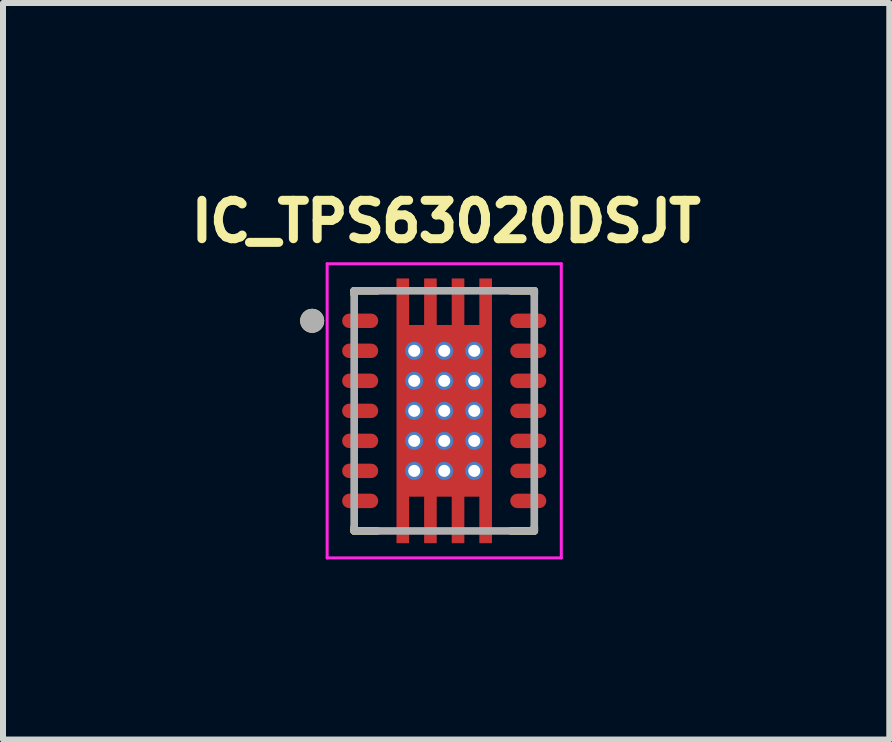
<source format=kicad_pcb>
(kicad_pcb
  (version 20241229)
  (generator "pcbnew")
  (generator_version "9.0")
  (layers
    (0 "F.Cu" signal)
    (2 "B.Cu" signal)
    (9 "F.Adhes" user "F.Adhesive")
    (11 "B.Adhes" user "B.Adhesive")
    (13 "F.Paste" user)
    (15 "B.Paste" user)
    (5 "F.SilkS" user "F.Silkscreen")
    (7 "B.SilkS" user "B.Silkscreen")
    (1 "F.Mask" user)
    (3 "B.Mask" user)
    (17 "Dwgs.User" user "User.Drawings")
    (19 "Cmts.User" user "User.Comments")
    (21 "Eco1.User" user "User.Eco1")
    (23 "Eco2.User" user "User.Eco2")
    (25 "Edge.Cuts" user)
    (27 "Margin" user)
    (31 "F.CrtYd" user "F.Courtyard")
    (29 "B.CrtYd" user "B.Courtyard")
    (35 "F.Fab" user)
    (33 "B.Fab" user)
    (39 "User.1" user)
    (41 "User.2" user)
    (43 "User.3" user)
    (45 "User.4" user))
  (footprint "IC_TPS63020DSJT"
    (layer "F.Cu")
    (at 4.35 3.794)
    (property "Reference" "IC_TPS63020DSJT" (at 0.032 -3.156 0) (layer "F.SilkS") (effects (font (size 0.64 0.64) (thickness 0.15))))
    (attr through_hole)
    (fp_poly (pts (xy -0.86 -2.27) (xy -0.52 -2.27) (xy -0.52 -1.495) (xy -0.4 -1.495) (xy -0.4 -2.27) (xy -0.06 -2.27) (xy -0.06 -1.495) (xy 0.06 -1.495) (xy 0.06 -2.27) (xy 0.4 -2.27) (xy 0.4 -1.495) (xy 0.52 -1.495) (xy 0.52 -2.27) (xy 0.86 -2.27) (xy 0.86 2.27) (xy 0.52 2.27) (xy 0.52 1.495) (xy 0.4 1.495) (xy 0.4 2.27) (xy 0.06 2.27) (xy 0.06 1.495) (xy -0.06 1.495) (xy -0.06 2.27) (xy -0.4 2.27) (xy -0.4 1.495) (xy -0.52 1.495) (xy -0.52 2.27) (xy -0.86 2.27)) (stroke (width 0.01) (type solid)) (fill yes) (layer "F.Mask"))
    (fp_poly (pts (xy -1.22 -1.69) (xy -1.21 -1.69) (xy -1.2 -1.689) (xy -1.19 -1.688) (xy -1.18 -1.686) (xy -1.171 -1.684) (xy -1.161 -1.681) (xy -1.152 -1.677) (xy -1.143 -1.674) (xy -1.134 -1.669) (xy -1.125 -1.665) (xy -1.117 -1.659) (xy -1.108 -1.654) (xy -1.1 -1.648) (xy -1.093 -1.641) (xy -1.086 -1.634) (xy -1.079 -1.627) (xy -1.072 -1.62) (xy -1.066 -1.612) (xy -1.061 -1.603) (xy -1.055 -1.595) (xy -1.051 -1.586) (xy -1.046 -1.577) (xy -1.043 -1.568) (xy -1.039 -1.559) (xy -1.036 -1.549) (xy -1.034 -1.54) (xy -1.032 -1.53) (xy -1.031 -1.52) (xy -1.03 -1.51) (xy -1.03 -1.5) (xy -1.03 -1.49) (xy -1.031 -1.48) (xy -1.032 -1.47) (xy -1.034 -1.46) (xy -1.036 -1.451) (xy -1.039 -1.441) (xy -1.043 -1.432) (xy -1.046 -1.423) (xy -1.051 -1.414) (xy -1.055 -1.405) (xy -1.061 -1.397) (xy -1.066 -1.388) (xy -1.072 -1.38) (xy -1.079 -1.373) (xy -1.086 -1.366) (xy -1.093 -1.359) (xy -1.1 -1.352) (xy -1.108 -1.346) (xy -1.117 -1.341) (xy -1.125 -1.335) (xy -1.134 -1.331) (xy -1.143 -1.326) (xy -1.152 -1.323) (xy -1.161 -1.319) (xy -1.171 -1.316) (xy -1.18 -1.314) (xy -1.19 -1.312) (xy -1.2 -1.311) (xy -1.21 -1.31) (xy -1.22 -1.31) (xy -1.58 -1.31) (xy -1.59 -1.31) (xy -1.6 -1.311) (xy -1.61 -1.312) (xy -1.62 -1.314) (xy -1.629 -1.316) (xy -1.639 -1.319) (xy -1.648 -1.323) (xy -1.657 -1.326) (xy -1.666 -1.331) (xy -1.675 -1.335) (xy -1.683 -1.341) (xy -1.692 -1.346) (xy -1.7 -1.352) (xy -1.707 -1.359) (xy -1.714 -1.366) (xy -1.721 -1.373) (xy -1.728 -1.38) (xy -1.734 -1.388) (xy -1.739 -1.397) (xy -1.745 -1.405) (xy -1.749 -1.414) (xy -1.754 -1.423) (xy -1.757 -1.432) (xy -1.761 -1.441) (xy -1.764 -1.451) (xy -1.766 -1.46) (xy -1.768 -1.47) (xy -1.769 -1.48) (xy -1.77 -1.49) (xy -1.77 -1.5) (xy -1.77 -1.51) (xy -1.769 -1.52) (xy -1.768 -1.53) (xy -1.766 -1.54) (xy -1.764 -1.549) (xy -1.761 -1.559) (xy -1.757 -1.568) (xy -1.754 -1.577) (xy -1.749 -1.586) (xy -1.745 -1.595) (xy -1.739 -1.603) (xy -1.734 -1.612) (xy -1.728 -1.62) (xy -1.721 -1.627) (xy -1.714 -1.634) (xy -1.707 -1.641) (xy -1.7 -1.648) (xy -1.692 -1.654) (xy -1.683 -1.659) (xy -1.675 -1.665) (xy -1.666 -1.669) (xy -1.657 -1.674) (xy -1.648 -1.677) (xy -1.639 -1.681) (xy -1.629 -1.684) (xy -1.62 -1.686) (xy -1.61 -1.688) (xy -1.6 -1.689) (xy -1.59 -1.69) (xy -1.58 -1.69) (xy -1.22 -1.69)) (stroke (width 0.01) (type solid)) (fill yes) (layer "F.Mask"))
    (fp_poly (pts (xy -1.22 -1.19) (xy -1.21 -1.19) (xy -1.2 -1.189) (xy -1.19 -1.188) (xy -1.18 -1.186) (xy -1.171 -1.184) (xy -1.161 -1.181) (xy -1.152 -1.177) (xy -1.143 -1.174) (xy -1.134 -1.169) (xy -1.125 -1.165) (xy -1.117 -1.159) (xy -1.108 -1.154) (xy -1.1 -1.148) (xy -1.093 -1.141) (xy -1.086 -1.134) (xy -1.079 -1.127) (xy -1.072 -1.12) (xy -1.066 -1.112) (xy -1.061 -1.103) (xy -1.055 -1.095) (xy -1.051 -1.086) (xy -1.046 -1.077) (xy -1.043 -1.068) (xy -1.039 -1.059) (xy -1.036 -1.049) (xy -1.034 -1.04) (xy -1.032 -1.03) (xy -1.031 -1.02) (xy -1.03 -1.01) (xy -1.03 -1) (xy -1.03 -0.99) (xy -1.031 -0.98) (xy -1.032 -0.97) (xy -1.034 -0.96) (xy -1.036 -0.951) (xy -1.039 -0.941) (xy -1.043 -0.932) (xy -1.046 -0.923) (xy -1.051 -0.914) (xy -1.055 -0.905) (xy -1.061 -0.897) (xy -1.066 -0.888) (xy -1.072 -0.88) (xy -1.079 -0.873) (xy -1.086 -0.866) (xy -1.093 -0.859) (xy -1.1 -0.852) (xy -1.108 -0.846) (xy -1.117 -0.841) (xy -1.125 -0.835) (xy -1.134 -0.831) (xy -1.143 -0.826) (xy -1.152 -0.823) (xy -1.161 -0.819) (xy -1.171 -0.816) (xy -1.18 -0.814) (xy -1.19 -0.812) (xy -1.2 -0.811) (xy -1.21 -0.81) (xy -1.22 -0.81) (xy -1.58 -0.81) (xy -1.59 -0.81) (xy -1.6 -0.811) (xy -1.61 -0.812) (xy -1.62 -0.814) (xy -1.629 -0.816) (xy -1.639 -0.819) (xy -1.648 -0.823) (xy -1.657 -0.826) (xy -1.666 -0.831) (xy -1.675 -0.835) (xy -1.683 -0.841) (xy -1.692 -0.846) (xy -1.7 -0.852) (xy -1.707 -0.859) (xy -1.714 -0.866) (xy -1.721 -0.873) (xy -1.728 -0.88) (xy -1.734 -0.888) (xy -1.739 -0.897) (xy -1.745 -0.905) (xy -1.749 -0.914) (xy -1.754 -0.923) (xy -1.757 -0.932) (xy -1.761 -0.941) (xy -1.764 -0.951) (xy -1.766 -0.96) (xy -1.768 -0.97) (xy -1.769 -0.98) (xy -1.77 -0.99) (xy -1.77 -1) (xy -1.77 -1.01) (xy -1.769 -1.02) (xy -1.768 -1.03) (xy -1.766 -1.04) (xy -1.764 -1.049) (xy -1.761 -1.059) (xy -1.757 -1.068) (xy -1.754 -1.077) (xy -1.749 -1.086) (xy -1.745 -1.095) (xy -1.739 -1.103) (xy -1.734 -1.112) (xy -1.728 -1.12) (xy -1.721 -1.127) (xy -1.714 -1.134) (xy -1.707 -1.141) (xy -1.7 -1.148) (xy -1.692 -1.154) (xy -1.683 -1.159) (xy -1.675 -1.165) (xy -1.666 -1.169) (xy -1.657 -1.174) (xy -1.648 -1.177) (xy -1.639 -1.181) (xy -1.629 -1.184) (xy -1.62 -1.186) (xy -1.61 -1.188) (xy -1.6 -1.189) (xy -1.59 -1.19) (xy -1.58 -1.19) (xy -1.22 -1.19)) (stroke (width 0.01) (type solid)) (fill yes) (layer "F.Mask"))
    (fp_poly (pts (xy -1.22 -0.69) (xy -1.21 -0.69) (xy -1.2 -0.689) (xy -1.19 -0.688) (xy -1.18 -0.686) (xy -1.171 -0.684) (xy -1.161 -0.681) (xy -1.152 -0.677) (xy -1.143 -0.674) (xy -1.134 -0.669) (xy -1.125 -0.665) (xy -1.117 -0.659) (xy -1.108 -0.654) (xy -1.1 -0.648) (xy -1.093 -0.641) (xy -1.086 -0.634) (xy -1.079 -0.627) (xy -1.072 -0.62) (xy -1.066 -0.612) (xy -1.061 -0.603) (xy -1.055 -0.595) (xy -1.051 -0.586) (xy -1.046 -0.577) (xy -1.043 -0.568) (xy -1.039 -0.559) (xy -1.036 -0.549) (xy -1.034 -0.54) (xy -1.032 -0.53) (xy -1.031 -0.52) (xy -1.03 -0.51) (xy -1.03 -0.5) (xy -1.03 -0.49) (xy -1.031 -0.48) (xy -1.032 -0.47) (xy -1.034 -0.46) (xy -1.036 -0.451) (xy -1.039 -0.441) (xy -1.043 -0.432) (xy -1.046 -0.423) (xy -1.051 -0.414) (xy -1.055 -0.405) (xy -1.061 -0.397) (xy -1.066 -0.388) (xy -1.072 -0.38) (xy -1.079 -0.373) (xy -1.086 -0.366) (xy -1.093 -0.359) (xy -1.1 -0.352) (xy -1.108 -0.346) (xy -1.117 -0.341) (xy -1.125 -0.335) (xy -1.134 -0.331) (xy -1.143 -0.326) (xy -1.152 -0.323) (xy -1.161 -0.319) (xy -1.171 -0.316) (xy -1.18 -0.314) (xy -1.19 -0.312) (xy -1.2 -0.311) (xy -1.21 -0.31) (xy -1.22 -0.31) (xy -1.58 -0.31) (xy -1.59 -0.31) (xy -1.6 -0.311) (xy -1.61 -0.312) (xy -1.62 -0.314) (xy -1.629 -0.316) (xy -1.639 -0.319) (xy -1.648 -0.323) (xy -1.657 -0.326) (xy -1.666 -0.331) (xy -1.675 -0.335) (xy -1.683 -0.341) (xy -1.692 -0.346) (xy -1.7 -0.352) (xy -1.707 -0.359) (xy -1.714 -0.366) (xy -1.721 -0.373) (xy -1.728 -0.38) (xy -1.734 -0.388) (xy -1.739 -0.397) (xy -1.745 -0.405) (xy -1.749 -0.414) (xy -1.754 -0.423) (xy -1.757 -0.432) (xy -1.761 -0.441) (xy -1.764 -0.451) (xy -1.766 -0.46) (xy -1.768 -0.47) (xy -1.769 -0.48) (xy -1.77 -0.49) (xy -1.77 -0.5) (xy -1.77 -0.51) (xy -1.769 -0.52) (xy -1.768 -0.53) (xy -1.766 -0.54) (xy -1.764 -0.549) (xy -1.761 -0.559) (xy -1.757 -0.568) (xy -1.754 -0.577) (xy -1.749 -0.586) (xy -1.745 -0.595) (xy -1.739 -0.603) (xy -1.734 -0.612) (xy -1.728 -0.62) (xy -1.721 -0.627) (xy -1.714 -0.634) (xy -1.707 -0.641) (xy -1.7 -0.648) (xy -1.692 -0.654) (xy -1.683 -0.659) (xy -1.675 -0.665) (xy -1.666 -0.669) (xy -1.657 -0.674) (xy -1.648 -0.677) (xy -1.639 -0.681) (xy -1.629 -0.684) (xy -1.62 -0.686) (xy -1.61 -0.688) (xy -1.6 -0.689) (xy -1.59 -0.69) (xy -1.58 -0.69) (xy -1.22 -0.69)) (stroke (width 0.01) (type solid)) (fill yes) (layer "F.Mask"))
    (fp_poly (pts (xy -1.22 -0.19) (xy -1.21 -0.19) (xy -1.2 -0.189) (xy -1.19 -0.188) (xy -1.18 -0.186) (xy -1.171 -0.184) (xy -1.161 -0.181) (xy -1.152 -0.177) (xy -1.143 -0.174) (xy -1.134 -0.169) (xy -1.125 -0.165) (xy -1.117 -0.159) (xy -1.108 -0.154) (xy -1.1 -0.148) (xy -1.093 -0.141) (xy -1.086 -0.134) (xy -1.079 -0.127) (xy -1.072 -0.12) (xy -1.066 -0.112) (xy -1.061 -0.103) (xy -1.055 -0.095) (xy -1.051 -0.086) (xy -1.046 -0.077) (xy -1.043 -0.068) (xy -1.039 -0.059) (xy -1.036 -0.049) (xy -1.034 -0.04) (xy -1.032 -0.03) (xy -1.031 -0.02) (xy -1.03 -0.01) (xy -1.03 0) (xy -1.03 0.01) (xy -1.031 0.02) (xy -1.032 0.03) (xy -1.034 0.04) (xy -1.036 0.049) (xy -1.039 0.059) (xy -1.043 0.068) (xy -1.046 0.077) (xy -1.051 0.086) (xy -1.055 0.095) (xy -1.061 0.103) (xy -1.066 0.112) (xy -1.072 0.12) (xy -1.079 0.127) (xy -1.086 0.134) (xy -1.093 0.141) (xy -1.1 0.148) (xy -1.108 0.154) (xy -1.117 0.159) (xy -1.125 0.165) (xy -1.134 0.169) (xy -1.143 0.174) (xy -1.152 0.177) (xy -1.161 0.181) (xy -1.171 0.184) (xy -1.18 0.186) (xy -1.19 0.188) (xy -1.2 0.189) (xy -1.21 0.19) (xy -1.22 0.19) (xy -1.58 0.19) (xy -1.59 0.19) (xy -1.6 0.189) (xy -1.61 0.188) (xy -1.62 0.186) (xy -1.629 0.184) (xy -1.639 0.181) (xy -1.648 0.177) (xy -1.657 0.174) (xy -1.666 0.169) (xy -1.675 0.165) (xy -1.683 0.159) (xy -1.692 0.154) (xy -1.7 0.148) (xy -1.707 0.141) (xy -1.714 0.134) (xy -1.721 0.127) (xy -1.728 0.12) (xy -1.734 0.112) (xy -1.739 0.103) (xy -1.745 0.095) (xy -1.749 0.086) (xy -1.754 0.077) (xy -1.757 0.068) (xy -1.761 0.059) (xy -1.764 0.049) (xy -1.766 0.04) (xy -1.768 0.03) (xy -1.769 0.02) (xy -1.77 0.01) (xy -1.77 0) (xy -1.77 -0.01) (xy -1.769 -0.02) (xy -1.768 -0.03) (xy -1.766 -0.04) (xy -1.764 -0.049) (xy -1.761 -0.059) (xy -1.757 -0.068) (xy -1.754 -0.077) (xy -1.749 -0.086) (xy -1.745 -0.095) (xy -1.739 -0.103) (xy -1.734 -0.112) (xy -1.728 -0.12) (xy -1.721 -0.127) (xy -1.714 -0.134) (xy -1.707 -0.141) (xy -1.7 -0.148) (xy -1.692 -0.154) (xy -1.683 -0.159) (xy -1.675 -0.165) (xy -1.666 -0.169) (xy -1.657 -0.174) (xy -1.648 -0.177) (xy -1.639 -0.181) (xy -1.629 -0.184) (xy -1.62 -0.186) (xy -1.61 -0.188) (xy -1.6 -0.189) (xy -1.59 -0.19) (xy -1.58 -0.19) (xy -1.22 -0.19)) (stroke (width 0.01) (type solid)) (fill yes) (layer "F.Mask"))
    (fp_poly (pts (xy -1.22 0.31) (xy -1.21 0.31) (xy -1.2 0.311) (xy -1.19 0.312) (xy -1.18 0.314) (xy -1.171 0.316) (xy -1.161 0.319) (xy -1.152 0.323) (xy -1.143 0.326) (xy -1.134 0.331) (xy -1.125 0.335) (xy -1.117 0.341) (xy -1.108 0.346) (xy -1.1 0.352) (xy -1.093 0.359) (xy -1.086 0.366) (xy -1.079 0.373) (xy -1.072 0.38) (xy -1.066 0.388) (xy -1.061 0.397) (xy -1.055 0.405) (xy -1.051 0.414) (xy -1.046 0.423) (xy -1.043 0.432) (xy -1.039 0.441) (xy -1.036 0.451) (xy -1.034 0.46) (xy -1.032 0.47) (xy -1.031 0.48) (xy -1.03 0.49) (xy -1.03 0.5) (xy -1.03 0.51) (xy -1.031 0.52) (xy -1.032 0.53) (xy -1.034 0.54) (xy -1.036 0.549) (xy -1.039 0.559) (xy -1.043 0.568) (xy -1.046 0.577) (xy -1.051 0.586) (xy -1.055 0.595) (xy -1.061 0.603) (xy -1.066 0.612) (xy -1.072 0.62) (xy -1.079 0.627) (xy -1.086 0.634) (xy -1.093 0.641) (xy -1.1 0.648) (xy -1.108 0.654) (xy -1.117 0.659) (xy -1.125 0.665) (xy -1.134 0.669) (xy -1.143 0.674) (xy -1.152 0.677) (xy -1.161 0.681) (xy -1.171 0.684) (xy -1.18 0.686) (xy -1.19 0.688) (xy -1.2 0.689) (xy -1.21 0.69) (xy -1.22 0.69) (xy -1.58 0.69) (xy -1.59 0.69) (xy -1.6 0.689) (xy -1.61 0.688) (xy -1.62 0.686) (xy -1.629 0.684) (xy -1.639 0.681) (xy -1.648 0.677) (xy -1.657 0.674) (xy -1.666 0.669) (xy -1.675 0.665) (xy -1.683 0.659) (xy -1.692 0.654) (xy -1.7 0.648) (xy -1.707 0.641) (xy -1.714 0.634) (xy -1.721 0.627) (xy -1.728 0.62) (xy -1.734 0.612) (xy -1.739 0.603) (xy -1.745 0.595) (xy -1.749 0.586) (xy -1.754 0.577) (xy -1.757 0.568) (xy -1.761 0.559) (xy -1.764 0.549) (xy -1.766 0.54) (xy -1.768 0.53) (xy -1.769 0.52) (xy -1.77 0.51) (xy -1.77 0.5) (xy -1.77 0.49) (xy -1.769 0.48) (xy -1.768 0.47) (xy -1.766 0.46) (xy -1.764 0.451) (xy -1.761 0.441) (xy -1.757 0.432) (xy -1.754 0.423) (xy -1.749 0.414) (xy -1.745 0.405) (xy -1.739 0.397) (xy -1.734 0.388) (xy -1.728 0.38) (xy -1.721 0.373) (xy -1.714 0.366) (xy -1.707 0.359) (xy -1.7 0.352) (xy -1.692 0.346) (xy -1.683 0.341) (xy -1.675 0.335) (xy -1.666 0.331) (xy -1.657 0.326) (xy -1.648 0.323) (xy -1.639 0.319) (xy -1.629 0.316) (xy -1.62 0.314) (xy -1.61 0.312) (xy -1.6 0.311) (xy -1.59 0.31) (xy -1.58 0.31) (xy -1.22 0.31)) (stroke (width 0.01) (type solid)) (fill yes) (layer "F.Mask"))
    (fp_poly (pts (xy -1.22 0.81) (xy -1.21 0.81) (xy -1.2 0.811) (xy -1.19 0.812) (xy -1.18 0.814) (xy -1.171 0.816) (xy -1.161 0.819) (xy -1.152 0.823) (xy -1.143 0.826) (xy -1.134 0.831) (xy -1.125 0.835) (xy -1.117 0.841) (xy -1.108 0.846) (xy -1.1 0.852) (xy -1.093 0.859) (xy -1.086 0.866) (xy -1.079 0.873) (xy -1.072 0.88) (xy -1.066 0.888) (xy -1.061 0.897) (xy -1.055 0.905) (xy -1.051 0.914) (xy -1.046 0.923) (xy -1.043 0.932) (xy -1.039 0.941) (xy -1.036 0.951) (xy -1.034 0.96) (xy -1.032 0.97) (xy -1.031 0.98) (xy -1.03 0.99) (xy -1.03 1) (xy -1.03 1.01) (xy -1.031 1.02) (xy -1.032 1.03) (xy -1.034 1.04) (xy -1.036 1.049) (xy -1.039 1.059) (xy -1.043 1.068) (xy -1.046 1.077) (xy -1.051 1.086) (xy -1.055 1.095) (xy -1.061 1.103) (xy -1.066 1.112) (xy -1.072 1.12) (xy -1.079 1.127) (xy -1.086 1.134) (xy -1.093 1.141) (xy -1.1 1.148) (xy -1.108 1.154) (xy -1.117 1.159) (xy -1.125 1.165) (xy -1.134 1.169) (xy -1.143 1.174) (xy -1.152 1.177) (xy -1.161 1.181) (xy -1.171 1.184) (xy -1.18 1.186) (xy -1.19 1.188) (xy -1.2 1.189) (xy -1.21 1.19) (xy -1.22 1.19) (xy -1.58 1.19) (xy -1.59 1.19) (xy -1.6 1.189) (xy -1.61 1.188) (xy -1.62 1.186) (xy -1.629 1.184) (xy -1.639 1.181) (xy -1.648 1.177) (xy -1.657 1.174) (xy -1.666 1.169) (xy -1.675 1.165) (xy -1.683 1.159) (xy -1.692 1.154) (xy -1.7 1.148) (xy -1.707 1.141) (xy -1.714 1.134) (xy -1.721 1.127) (xy -1.728 1.12) (xy -1.734 1.112) (xy -1.739 1.103) (xy -1.745 1.095) (xy -1.749 1.086) (xy -1.754 1.077) (xy -1.757 1.068) (xy -1.761 1.059) (xy -1.764 1.049) (xy -1.766 1.04) (xy -1.768 1.03) (xy -1.769 1.02) (xy -1.77 1.01) (xy -1.77 1) (xy -1.77 0.99) (xy -1.769 0.98) (xy -1.768 0.97) (xy -1.766 0.96) (xy -1.764 0.951) (xy -1.761 0.941) (xy -1.757 0.932) (xy -1.754 0.923) (xy -1.749 0.914) (xy -1.745 0.905) (xy -1.739 0.897) (xy -1.734 0.888) (xy -1.728 0.88) (xy -1.721 0.873) (xy -1.714 0.866) (xy -1.707 0.859) (xy -1.7 0.852) (xy -1.692 0.846) (xy -1.683 0.841) (xy -1.675 0.835) (xy -1.666 0.831) (xy -1.657 0.826) (xy -1.648 0.823) (xy -1.639 0.819) (xy -1.629 0.816) (xy -1.62 0.814) (xy -1.61 0.812) (xy -1.6 0.811) (xy -1.59 0.81) (xy -1.58 0.81) (xy -1.22 0.81)) (stroke (width 0.01) (type solid)) (fill yes) (layer "F.Mask"))
    (fp_poly (pts (xy -1.22 1.31) (xy -1.21 1.31) (xy -1.2 1.311) (xy -1.19 1.312) (xy -1.18 1.314) (xy -1.171 1.316) (xy -1.161 1.319) (xy -1.152 1.323) (xy -1.143 1.326) (xy -1.134 1.331) (xy -1.125 1.335) (xy -1.117 1.341) (xy -1.108 1.346) (xy -1.1 1.352) (xy -1.093 1.359) (xy -1.086 1.366) (xy -1.079 1.373) (xy -1.072 1.38) (xy -1.066 1.388) (xy -1.061 1.397) (xy -1.055 1.405) (xy -1.051 1.414) (xy -1.046 1.423) (xy -1.043 1.432) (xy -1.039 1.441) (xy -1.036 1.451) (xy -1.034 1.46) (xy -1.032 1.47) (xy -1.031 1.48) (xy -1.03 1.49) (xy -1.03 1.5) (xy -1.03 1.51) (xy -1.031 1.52) (xy -1.032 1.53) (xy -1.034 1.54) (xy -1.036 1.549) (xy -1.039 1.559) (xy -1.043 1.568) (xy -1.046 1.577) (xy -1.051 1.586) (xy -1.055 1.595) (xy -1.061 1.603) (xy -1.066 1.612) (xy -1.072 1.62) (xy -1.079 1.627) (xy -1.086 1.634) (xy -1.093 1.641) (xy -1.1 1.648) (xy -1.108 1.654) (xy -1.117 1.659) (xy -1.125 1.665) (xy -1.134 1.669) (xy -1.143 1.674) (xy -1.152 1.677) (xy -1.161 1.681) (xy -1.171 1.684) (xy -1.18 1.686) (xy -1.19 1.688) (xy -1.2 1.689) (xy -1.21 1.69) (xy -1.22 1.69) (xy -1.58 1.69) (xy -1.59 1.69) (xy -1.6 1.689) (xy -1.61 1.688) (xy -1.62 1.686) (xy -1.629 1.684) (xy -1.639 1.681) (xy -1.648 1.677) (xy -1.657 1.674) (xy -1.666 1.669) (xy -1.675 1.665) (xy -1.683 1.659) (xy -1.692 1.654) (xy -1.7 1.648) (xy -1.707 1.641) (xy -1.714 1.634) (xy -1.721 1.627) (xy -1.728 1.62) (xy -1.734 1.612) (xy -1.739 1.603) (xy -1.745 1.595) (xy -1.749 1.586) (xy -1.754 1.577) (xy -1.757 1.568) (xy -1.761 1.559) (xy -1.764 1.549) (xy -1.766 1.54) (xy -1.768 1.53) (xy -1.769 1.52) (xy -1.77 1.51) (xy -1.77 1.5) (xy -1.77 1.49) (xy -1.769 1.48) (xy -1.768 1.47) (xy -1.766 1.46) (xy -1.764 1.451) (xy -1.761 1.441) (xy -1.757 1.432) (xy -1.754 1.423) (xy -1.749 1.414) (xy -1.745 1.405) (xy -1.739 1.397) (xy -1.734 1.388) (xy -1.728 1.38) (xy -1.721 1.373) (xy -1.714 1.366) (xy -1.707 1.359) (xy -1.7 1.352) (xy -1.692 1.346) (xy -1.683 1.341) (xy -1.675 1.335) (xy -1.666 1.331) (xy -1.657 1.326) (xy -1.648 1.323) (xy -1.639 1.319) (xy -1.629 1.316) (xy -1.62 1.314) (xy -1.61 1.312) (xy -1.6 1.311) (xy -1.59 1.31) (xy -1.58 1.31) (xy -1.22 1.31)) (stroke (width 0.01) (type solid)) (fill yes) (layer "F.Mask"))
    (fp_poly (pts (xy 1.58 -1.69) (xy 1.59 -1.69) (xy 1.6 -1.689) (xy 1.61 -1.688) (xy 1.62 -1.686) (xy 1.629 -1.684) (xy 1.639 -1.681) (xy 1.648 -1.677) (xy 1.657 -1.674) (xy 1.666 -1.669) (xy 1.675 -1.665) (xy 1.683 -1.659) (xy 1.692 -1.654) (xy 1.7 -1.648) (xy 1.707 -1.641) (xy 1.714 -1.634) (xy 1.721 -1.627) (xy 1.728 -1.62) (xy 1.734 -1.612) (xy 1.739 -1.603) (xy 1.745 -1.595) (xy 1.749 -1.586) (xy 1.754 -1.577) (xy 1.757 -1.568) (xy 1.761 -1.559) (xy 1.764 -1.549) (xy 1.766 -1.54) (xy 1.768 -1.53) (xy 1.769 -1.52) (xy 1.77 -1.51) (xy 1.77 -1.5) (xy 1.77 -1.49) (xy 1.769 -1.48) (xy 1.768 -1.47) (xy 1.766 -1.46) (xy 1.764 -1.451) (xy 1.761 -1.441) (xy 1.757 -1.432) (xy 1.754 -1.423) (xy 1.749 -1.414) (xy 1.745 -1.405) (xy 1.739 -1.397) (xy 1.734 -1.388) (xy 1.728 -1.38) (xy 1.721 -1.373) (xy 1.714 -1.366) (xy 1.707 -1.359) (xy 1.7 -1.352) (xy 1.692 -1.346) (xy 1.683 -1.341) (xy 1.675 -1.335) (xy 1.666 -1.331) (xy 1.657 -1.326) (xy 1.648 -1.323) (xy 1.639 -1.319) (xy 1.629 -1.316) (xy 1.62 -1.314) (xy 1.61 -1.312) (xy 1.6 -1.311) (xy 1.59 -1.31) (xy 1.58 -1.31) (xy 1.22 -1.31) (xy 1.21 -1.31) (xy 1.2 -1.311) (xy 1.19 -1.312) (xy 1.18 -1.314) (xy 1.171 -1.316) (xy 1.161 -1.319) (xy 1.152 -1.323) (xy 1.143 -1.326) (xy 1.134 -1.331) (xy 1.125 -1.335) (xy 1.117 -1.341) (xy 1.108 -1.346) (xy 1.1 -1.352) (xy 1.093 -1.359) (xy 1.086 -1.366) (xy 1.079 -1.373) (xy 1.072 -1.38) (xy 1.066 -1.388) (xy 1.061 -1.397) (xy 1.055 -1.405) (xy 1.051 -1.414) (xy 1.046 -1.423) (xy 1.043 -1.432) (xy 1.039 -1.441) (xy 1.036 -1.451) (xy 1.034 -1.46) (xy 1.032 -1.47) (xy 1.031 -1.48) (xy 1.03 -1.49) (xy 1.03 -1.5) (xy 1.03 -1.51) (xy 1.031 -1.52) (xy 1.032 -1.53) (xy 1.034 -1.54) (xy 1.036 -1.549) (xy 1.039 -1.559) (xy 1.043 -1.568) (xy 1.046 -1.577) (xy 1.051 -1.586) (xy 1.055 -1.595) (xy 1.061 -1.603) (xy 1.066 -1.612) (xy 1.072 -1.62) (xy 1.079 -1.627) (xy 1.086 -1.634) (xy 1.093 -1.641) (xy 1.1 -1.648) (xy 1.108 -1.654) (xy 1.117 -1.659) (xy 1.125 -1.665) (xy 1.134 -1.669) (xy 1.143 -1.674) (xy 1.152 -1.677) (xy 1.161 -1.681) (xy 1.171 -1.684) (xy 1.18 -1.686) (xy 1.19 -1.688) (xy 1.2 -1.689) (xy 1.21 -1.69) (xy 1.22 -1.69) (xy 1.58 -1.69)) (stroke (width 0.01) (type solid)) (fill yes) (layer "F.Mask"))
    (fp_poly (pts (xy 1.58 -1.19) (xy 1.59 -1.19) (xy 1.6 -1.189) (xy 1.61 -1.188) (xy 1.62 -1.186) (xy 1.629 -1.184) (xy 1.639 -1.181) (xy 1.648 -1.177) (xy 1.657 -1.174) (xy 1.666 -1.169) (xy 1.675 -1.165) (xy 1.683 -1.159) (xy 1.692 -1.154) (xy 1.7 -1.148) (xy 1.707 -1.141) (xy 1.714 -1.134) (xy 1.721 -1.127) (xy 1.728 -1.12) (xy 1.734 -1.112) (xy 1.739 -1.103) (xy 1.745 -1.095) (xy 1.749 -1.086) (xy 1.754 -1.077) (xy 1.757 -1.068) (xy 1.761 -1.059) (xy 1.764 -1.049) (xy 1.766 -1.04) (xy 1.768 -1.03) (xy 1.769 -1.02) (xy 1.77 -1.01) (xy 1.77 -1) (xy 1.77 -0.99) (xy 1.769 -0.98) (xy 1.768 -0.97) (xy 1.766 -0.96) (xy 1.764 -0.951) (xy 1.761 -0.941) (xy 1.757 -0.932) (xy 1.754 -0.923) (xy 1.749 -0.914) (xy 1.745 -0.905) (xy 1.739 -0.897) (xy 1.734 -0.888) (xy 1.728 -0.88) (xy 1.721 -0.873) (xy 1.714 -0.866) (xy 1.707 -0.859) (xy 1.7 -0.852) (xy 1.692 -0.846) (xy 1.683 -0.841) (xy 1.675 -0.835) (xy 1.666 -0.831) (xy 1.657 -0.826) (xy 1.648 -0.823) (xy 1.639 -0.819) (xy 1.629 -0.816) (xy 1.62 -0.814) (xy 1.61 -0.812) (xy 1.6 -0.811) (xy 1.59 -0.81) (xy 1.58 -0.81) (xy 1.22 -0.81) (xy 1.21 -0.81) (xy 1.2 -0.811) (xy 1.19 -0.812) (xy 1.18 -0.814) (xy 1.171 -0.816) (xy 1.161 -0.819) (xy 1.152 -0.823) (xy 1.143 -0.826) (xy 1.134 -0.831) (xy 1.125 -0.835) (xy 1.117 -0.841) (xy 1.108 -0.846) (xy 1.1 -0.852) (xy 1.093 -0.859) (xy 1.086 -0.866) (xy 1.079 -0.873) (xy 1.072 -0.88) (xy 1.066 -0.888) (xy 1.061 -0.897) (xy 1.055 -0.905) (xy 1.051 -0.914) (xy 1.046 -0.923) (xy 1.043 -0.932) (xy 1.039 -0.941) (xy 1.036 -0.951) (xy 1.034 -0.96) (xy 1.032 -0.97) (xy 1.031 -0.98) (xy 1.03 -0.99) (xy 1.03 -1) (xy 1.03 -1.01) (xy 1.031 -1.02) (xy 1.032 -1.03) (xy 1.034 -1.04) (xy 1.036 -1.049) (xy 1.039 -1.059) (xy 1.043 -1.068) (xy 1.046 -1.077) (xy 1.051 -1.086) (xy 1.055 -1.095) (xy 1.061 -1.103) (xy 1.066 -1.112) (xy 1.072 -1.12) (xy 1.079 -1.127) (xy 1.086 -1.134) (xy 1.093 -1.141) (xy 1.1 -1.148) (xy 1.108 -1.154) (xy 1.117 -1.159) (xy 1.125 -1.165) (xy 1.134 -1.169) (xy 1.143 -1.174) (xy 1.152 -1.177) (xy 1.161 -1.181) (xy 1.171 -1.184) (xy 1.18 -1.186) (xy 1.19 -1.188) (xy 1.2 -1.189) (xy 1.21 -1.19) (xy 1.22 -1.19) (xy 1.58 -1.19)) (stroke (width 0.01) (type solid)) (fill yes) (layer "F.Mask"))
    (fp_poly (pts (xy 1.58 -0.69) (xy 1.59 -0.69) (xy 1.6 -0.689) (xy 1.61 -0.688) (xy 1.62 -0.686) (xy 1.629 -0.684) (xy 1.639 -0.681) (xy 1.648 -0.677) (xy 1.657 -0.674) (xy 1.666 -0.669) (xy 1.675 -0.665) (xy 1.683 -0.659) (xy 1.692 -0.654) (xy 1.7 -0.648) (xy 1.707 -0.641) (xy 1.714 -0.634) (xy 1.721 -0.627) (xy 1.728 -0.62) (xy 1.734 -0.612) (xy 1.739 -0.603) (xy 1.745 -0.595) (xy 1.749 -0.586) (xy 1.754 -0.577) (xy 1.757 -0.568) (xy 1.761 -0.559) (xy 1.764 -0.549) (xy 1.766 -0.54) (xy 1.768 -0.53) (xy 1.769 -0.52) (xy 1.77 -0.51) (xy 1.77 -0.5) (xy 1.77 -0.49) (xy 1.769 -0.48) (xy 1.768 -0.47) (xy 1.766 -0.46) (xy 1.764 -0.451) (xy 1.761 -0.441) (xy 1.757 -0.432) (xy 1.754 -0.423) (xy 1.749 -0.414) (xy 1.745 -0.405) (xy 1.739 -0.397) (xy 1.734 -0.388) (xy 1.728 -0.38) (xy 1.721 -0.373) (xy 1.714 -0.366) (xy 1.707 -0.359) (xy 1.7 -0.352) (xy 1.692 -0.346) (xy 1.683 -0.341) (xy 1.675 -0.335) (xy 1.666 -0.331) (xy 1.657 -0.326) (xy 1.648 -0.323) (xy 1.639 -0.319) (xy 1.629 -0.316) (xy 1.62 -0.314) (xy 1.61 -0.312) (xy 1.6 -0.311) (xy 1.59 -0.31) (xy 1.58 -0.31) (xy 1.22 -0.31) (xy 1.21 -0.31) (xy 1.2 -0.311) (xy 1.19 -0.312) (xy 1.18 -0.314) (xy 1.171 -0.316) (xy 1.161 -0.319) (xy 1.152 -0.323) (xy 1.143 -0.326) (xy 1.134 -0.331) (xy 1.125 -0.335) (xy 1.117 -0.341) (xy 1.108 -0.346) (xy 1.1 -0.352) (xy 1.093 -0.359) (xy 1.086 -0.366) (xy 1.079 -0.373) (xy 1.072 -0.38) (xy 1.066 -0.388) (xy 1.061 -0.397) (xy 1.055 -0.405) (xy 1.051 -0.414) (xy 1.046 -0.423) (xy 1.043 -0.432) (xy 1.039 -0.441) (xy 1.036 -0.451) (xy 1.034 -0.46) (xy 1.032 -0.47) (xy 1.031 -0.48) (xy 1.03 -0.49) (xy 1.03 -0.5) (xy 1.03 -0.51) (xy 1.031 -0.52) (xy 1.032 -0.53) (xy 1.034 -0.54) (xy 1.036 -0.549) (xy 1.039 -0.559) (xy 1.043 -0.568) (xy 1.046 -0.577) (xy 1.051 -0.586) (xy 1.055 -0.595) (xy 1.061 -0.603) (xy 1.066 -0.612) (xy 1.072 -0.62) (xy 1.079 -0.627) (xy 1.086 -0.634) (xy 1.093 -0.641) (xy 1.1 -0.648) (xy 1.108 -0.654) (xy 1.117 -0.659) (xy 1.125 -0.665) (xy 1.134 -0.669) (xy 1.143 -0.674) (xy 1.152 -0.677) (xy 1.161 -0.681) (xy 1.171 -0.684) (xy 1.18 -0.686) (xy 1.19 -0.688) (xy 1.2 -0.689) (xy 1.21 -0.69) (xy 1.22 -0.69) (xy 1.58 -0.69)) (stroke (width 0.01) (type solid)) (fill yes) (layer "F.Mask"))
    (fp_poly (pts (xy 1.58 -0.19) (xy 1.59 -0.19) (xy 1.6 -0.189) (xy 1.61 -0.188) (xy 1.62 -0.186) (xy 1.629 -0.184) (xy 1.639 -0.181) (xy 1.648 -0.177) (xy 1.657 -0.174) (xy 1.666 -0.169) (xy 1.675 -0.165) (xy 1.683 -0.159) (xy 1.692 -0.154) (xy 1.7 -0.148) (xy 1.707 -0.141) (xy 1.714 -0.134) (xy 1.721 -0.127) (xy 1.728 -0.12) (xy 1.734 -0.112) (xy 1.739 -0.103) (xy 1.745 -0.095) (xy 1.749 -0.086) (xy 1.754 -0.077) (xy 1.757 -0.068) (xy 1.761 -0.059) (xy 1.764 -0.049) (xy 1.766 -0.04) (xy 1.768 -0.03) (xy 1.769 -0.02) (xy 1.77 -0.01) (xy 1.77 0) (xy 1.77 0.01) (xy 1.769 0.02) (xy 1.768 0.03) (xy 1.766 0.04) (xy 1.764 0.049) (xy 1.761 0.059) (xy 1.757 0.068) (xy 1.754 0.077) (xy 1.749 0.086) (xy 1.745 0.095) (xy 1.739 0.103) (xy 1.734 0.112) (xy 1.728 0.12) (xy 1.721 0.127) (xy 1.714 0.134) (xy 1.707 0.141) (xy 1.7 0.148) (xy 1.692 0.154) (xy 1.683 0.159) (xy 1.675 0.165) (xy 1.666 0.169) (xy 1.657 0.174) (xy 1.648 0.177) (xy 1.639 0.181) (xy 1.629 0.184) (xy 1.62 0.186) (xy 1.61 0.188) (xy 1.6 0.189) (xy 1.59 0.19) (xy 1.58 0.19) (xy 1.22 0.19) (xy 1.21 0.19) (xy 1.2 0.189) (xy 1.19 0.188) (xy 1.18 0.186) (xy 1.171 0.184) (xy 1.161 0.181) (xy 1.152 0.177) (xy 1.143 0.174) (xy 1.134 0.169) (xy 1.125 0.165) (xy 1.117 0.159) (xy 1.108 0.154) (xy 1.1 0.148) (xy 1.093 0.141) (xy 1.086 0.134) (xy 1.079 0.127) (xy 1.072 0.12) (xy 1.066 0.112) (xy 1.061 0.103) (xy 1.055 0.095) (xy 1.051 0.086) (xy 1.046 0.077) (xy 1.043 0.068) (xy 1.039 0.059) (xy 1.036 0.049) (xy 1.034 0.04) (xy 1.032 0.03) (xy 1.031 0.02) (xy 1.03 0.01) (xy 1.03 0) (xy 1.03 -0.01) (xy 1.031 -0.02) (xy 1.032 -0.03) (xy 1.034 -0.04) (xy 1.036 -0.049) (xy 1.039 -0.059) (xy 1.043 -0.068) (xy 1.046 -0.077) (xy 1.051 -0.086) (xy 1.055 -0.095) (xy 1.061 -0.103) (xy 1.066 -0.112) (xy 1.072 -0.12) (xy 1.079 -0.127) (xy 1.086 -0.134) (xy 1.093 -0.141) (xy 1.1 -0.148) (xy 1.108 -0.154) (xy 1.117 -0.159) (xy 1.125 -0.165) (xy 1.134 -0.169) (xy 1.143 -0.174) (xy 1.152 -0.177) (xy 1.161 -0.181) (xy 1.171 -0.184) (xy 1.18 -0.186) (xy 1.19 -0.188) (xy 1.2 -0.189) (xy 1.21 -0.19) (xy 1.22 -0.19) (xy 1.58 -0.19)) (stroke (width 0.01) (type solid)) (fill yes) (layer "F.Mask"))
    (fp_poly (pts (xy 1.58 0.31) (xy 1.59 0.31) (xy 1.6 0.311) (xy 1.61 0.312) (xy 1.62 0.314) (xy 1.629 0.316) (xy 1.639 0.319) (xy 1.648 0.323) (xy 1.657 0.326) (xy 1.666 0.331) (xy 1.675 0.335) (xy 1.683 0.341) (xy 1.692 0.346) (xy 1.7 0.352) (xy 1.707 0.359) (xy 1.714 0.366) (xy 1.721 0.373) (xy 1.728 0.38) (xy 1.734 0.388) (xy 1.739 0.397) (xy 1.745 0.405) (xy 1.749 0.414) (xy 1.754 0.423) (xy 1.757 0.432) (xy 1.761 0.441) (xy 1.764 0.451) (xy 1.766 0.46) (xy 1.768 0.47) (xy 1.769 0.48) (xy 1.77 0.49) (xy 1.77 0.5) (xy 1.77 0.51) (xy 1.769 0.52) (xy 1.768 0.53) (xy 1.766 0.54) (xy 1.764 0.549) (xy 1.761 0.559) (xy 1.757 0.568) (xy 1.754 0.577) (xy 1.749 0.586) (xy 1.745 0.595) (xy 1.739 0.603) (xy 1.734 0.612) (xy 1.728 0.62) (xy 1.721 0.627) (xy 1.714 0.634) (xy 1.707 0.641) (xy 1.7 0.648) (xy 1.692 0.654) (xy 1.683 0.659) (xy 1.675 0.665) (xy 1.666 0.669) (xy 1.657 0.674) (xy 1.648 0.677) (xy 1.639 0.681) (xy 1.629 0.684) (xy 1.62 0.686) (xy 1.61 0.688) (xy 1.6 0.689) (xy 1.59 0.69) (xy 1.58 0.69) (xy 1.22 0.69) (xy 1.21 0.69) (xy 1.2 0.689) (xy 1.19 0.688) (xy 1.18 0.686) (xy 1.171 0.684) (xy 1.161 0.681) (xy 1.152 0.677) (xy 1.143 0.674) (xy 1.134 0.669) (xy 1.125 0.665) (xy 1.117 0.659) (xy 1.108 0.654) (xy 1.1 0.648) (xy 1.093 0.641) (xy 1.086 0.634) (xy 1.079 0.627) (xy 1.072 0.62) (xy 1.066 0.612) (xy 1.061 0.603) (xy 1.055 0.595) (xy 1.051 0.586) (xy 1.046 0.577) (xy 1.043 0.568) (xy 1.039 0.559) (xy 1.036 0.549) (xy 1.034 0.54) (xy 1.032 0.53) (xy 1.031 0.52) (xy 1.03 0.51) (xy 1.03 0.5) (xy 1.03 0.49) (xy 1.031 0.48) (xy 1.032 0.47) (xy 1.034 0.46) (xy 1.036 0.451) (xy 1.039 0.441) (xy 1.043 0.432) (xy 1.046 0.423) (xy 1.051 0.414) (xy 1.055 0.405) (xy 1.061 0.397) (xy 1.066 0.388) (xy 1.072 0.38) (xy 1.079 0.373) (xy 1.086 0.366) (xy 1.093 0.359) (xy 1.1 0.352) (xy 1.108 0.346) (xy 1.117 0.341) (xy 1.125 0.335) (xy 1.134 0.331) (xy 1.143 0.326) (xy 1.152 0.323) (xy 1.161 0.319) (xy 1.171 0.316) (xy 1.18 0.314) (xy 1.19 0.312) (xy 1.2 0.311) (xy 1.21 0.31) (xy 1.22 0.31) (xy 1.58 0.31)) (stroke (width 0.01) (type solid)) (fill yes) (layer "F.Mask"))
    (fp_poly (pts (xy 1.58 0.81) (xy 1.59 0.81) (xy 1.6 0.811) (xy 1.61 0.812) (xy 1.62 0.814) (xy 1.629 0.816) (xy 1.639 0.819) (xy 1.648 0.823) (xy 1.657 0.826) (xy 1.666 0.831) (xy 1.675 0.835) (xy 1.683 0.841) (xy 1.692 0.846) (xy 1.7 0.852) (xy 1.707 0.859) (xy 1.714 0.866) (xy 1.721 0.873) (xy 1.728 0.88) (xy 1.734 0.888) (xy 1.739 0.897) (xy 1.745 0.905) (xy 1.749 0.914) (xy 1.754 0.923) (xy 1.757 0.932) (xy 1.761 0.941) (xy 1.764 0.951) (xy 1.766 0.96) (xy 1.768 0.97) (xy 1.769 0.98) (xy 1.77 0.99) (xy 1.77 1) (xy 1.77 1.01) (xy 1.769 1.02) (xy 1.768 1.03) (xy 1.766 1.04) (xy 1.764 1.049) (xy 1.761 1.059) (xy 1.757 1.068) (xy 1.754 1.077) (xy 1.749 1.086) (xy 1.745 1.095) (xy 1.739 1.103) (xy 1.734 1.112) (xy 1.728 1.12) (xy 1.721 1.127) (xy 1.714 1.134) (xy 1.707 1.141) (xy 1.7 1.148) (xy 1.692 1.154) (xy 1.683 1.159) (xy 1.675 1.165) (xy 1.666 1.169) (xy 1.657 1.174) (xy 1.648 1.177) (xy 1.639 1.181) (xy 1.629 1.184) (xy 1.62 1.186) (xy 1.61 1.188) (xy 1.6 1.189) (xy 1.59 1.19) (xy 1.58 1.19) (xy 1.22 1.19) (xy 1.21 1.19) (xy 1.2 1.189) (xy 1.19 1.188) (xy 1.18 1.186) (xy 1.171 1.184) (xy 1.161 1.181) (xy 1.152 1.177) (xy 1.143 1.174) (xy 1.134 1.169) (xy 1.125 1.165) (xy 1.117 1.159) (xy 1.108 1.154) (xy 1.1 1.148) (xy 1.093 1.141) (xy 1.086 1.134) (xy 1.079 1.127) (xy 1.072 1.12) (xy 1.066 1.112) (xy 1.061 1.103) (xy 1.055 1.095) (xy 1.051 1.086) (xy 1.046 1.077) (xy 1.043 1.068) (xy 1.039 1.059) (xy 1.036 1.049) (xy 1.034 1.04) (xy 1.032 1.03) (xy 1.031 1.02) (xy 1.03 1.01) (xy 1.03 1) (xy 1.03 0.99) (xy 1.031 0.98) (xy 1.032 0.97) (xy 1.034 0.96) (xy 1.036 0.951) (xy 1.039 0.941) (xy 1.043 0.932) (xy 1.046 0.923) (xy 1.051 0.914) (xy 1.055 0.905) (xy 1.061 0.897) (xy 1.066 0.888) (xy 1.072 0.88) (xy 1.079 0.873) (xy 1.086 0.866) (xy 1.093 0.859) (xy 1.1 0.852) (xy 1.108 0.846) (xy 1.117 0.841) (xy 1.125 0.835) (xy 1.134 0.831) (xy 1.143 0.826) (xy 1.152 0.823) (xy 1.161 0.819) (xy 1.171 0.816) (xy 1.18 0.814) (xy 1.19 0.812) (xy 1.2 0.811) (xy 1.21 0.81) (xy 1.22 0.81) (xy 1.58 0.81)) (stroke (width 0.01) (type solid)) (fill yes) (layer "F.Mask"))
    (fp_poly (pts (xy 1.58 1.31) (xy 1.59 1.31) (xy 1.6 1.311) (xy 1.61 1.312) (xy 1.62 1.314) (xy 1.629 1.316) (xy 1.639 1.319) (xy 1.648 1.323) (xy 1.657 1.326) (xy 1.666 1.331) (xy 1.675 1.335) (xy 1.683 1.341) (xy 1.692 1.346) (xy 1.7 1.352) (xy 1.707 1.359) (xy 1.714 1.366) (xy 1.721 1.373) (xy 1.728 1.38) (xy 1.734 1.388) (xy 1.739 1.397) (xy 1.745 1.405) (xy 1.749 1.414) (xy 1.754 1.423) (xy 1.757 1.432) (xy 1.761 1.441) (xy 1.764 1.451) (xy 1.766 1.46) (xy 1.768 1.47) (xy 1.769 1.48) (xy 1.77 1.49) (xy 1.77 1.5) (xy 1.77 1.51) (xy 1.769 1.52) (xy 1.768 1.53) (xy 1.766 1.54) (xy 1.764 1.549) (xy 1.761 1.559) (xy 1.757 1.568) (xy 1.754 1.577) (xy 1.749 1.586) (xy 1.745 1.595) (xy 1.739 1.603) (xy 1.734 1.612) (xy 1.728 1.62) (xy 1.721 1.627) (xy 1.714 1.634) (xy 1.707 1.641) (xy 1.7 1.648) (xy 1.692 1.654) (xy 1.683 1.659) (xy 1.675 1.665) (xy 1.666 1.669) (xy 1.657 1.674) (xy 1.648 1.677) (xy 1.639 1.681) (xy 1.629 1.684) (xy 1.62 1.686) (xy 1.61 1.688) (xy 1.6 1.689) (xy 1.59 1.69) (xy 1.58 1.69) (xy 1.22 1.69) (xy 1.21 1.69) (xy 1.2 1.689) (xy 1.19 1.688) (xy 1.18 1.686) (xy 1.171 1.684) (xy 1.161 1.681) (xy 1.152 1.677) (xy 1.143 1.674) (xy 1.134 1.669) (xy 1.125 1.665) (xy 1.117 1.659) (xy 1.108 1.654) (xy 1.1 1.648) (xy 1.093 1.641) (xy 1.086 1.634) (xy 1.079 1.627) (xy 1.072 1.62) (xy 1.066 1.612) (xy 1.061 1.603) (xy 1.055 1.595) (xy 1.051 1.586) (xy 1.046 1.577) (xy 1.043 1.568) (xy 1.039 1.559) (xy 1.036 1.549) (xy 1.034 1.54) (xy 1.032 1.53) (xy 1.031 1.52) (xy 1.03 1.51) (xy 1.03 1.5) (xy 1.03 1.49) (xy 1.031 1.48) (xy 1.032 1.47) (xy 1.034 1.46) (xy 1.036 1.451) (xy 1.039 1.441) (xy 1.043 1.432) (xy 1.046 1.423) (xy 1.051 1.414) (xy 1.055 1.405) (xy 1.061 1.397) (xy 1.066 1.388) (xy 1.072 1.38) (xy 1.079 1.373) (xy 1.086 1.366) (xy 1.093 1.359) (xy 1.1 1.352) (xy 1.108 1.346) (xy 1.117 1.341) (xy 1.125 1.335) (xy 1.134 1.331) (xy 1.143 1.326) (xy 1.152 1.323) (xy 1.161 1.319) (xy 1.171 1.316) (xy 1.18 1.314) (xy 1.19 1.312) (xy 1.2 1.311) (xy 1.21 1.31) (xy 1.22 1.31) (xy 1.58 1.31)) (stroke (width 0.01) (type solid)) (fill yes) (layer "F.Mask"))
    (fp_line (start -1.5 -2) (end -1.11 -2) (stroke (width 0.127) (type solid)) (layer "F.SilkS"))
    (fp_line (start -1.5 -1.94) (end -1.5 -2) (stroke (width 0.127) (type solid)) (layer "F.SilkS"))
    (fp_line (start -1.5 2) (end -1.5 1.94) (stroke (width 0.127) (type solid)) (layer "F.SilkS"))
    (fp_line (start -1.11 2) (end -1.5 2) (stroke (width 0.127) (type solid)) (layer "F.SilkS"))
    (fp_line (start 1.11 -2) (end 1.5 -2) (stroke (width 0.127) (type solid)) (layer "F.SilkS"))
    (fp_line (start 1.5 -2) (end 1.5 -1.94) (stroke (width 0.127) (type solid)) (layer "F.SilkS"))
    (fp_line (start 1.5 1.94) (end 1.5 2) (stroke (width 0.127) (type solid)) (layer "F.SilkS"))
    (fp_line (start 1.5 2) (end 1.11 2) (stroke (width 0.127) (type solid)) (layer "F.SilkS"))
    (fp_circle (center -2.2 -1.5) (end -2.1 -1.5) (stroke (width 0.2) (type solid)) (fill no) (layer "F.SilkS"))
    (fp_poly (pts (xy -0.79 -2.2) (xy -0.59 -2.2) (xy -0.59 -1.35) (xy -0.33 -1.35) (xy -0.33 -2.2) (xy -0.13 -2.2) (xy -0.13 -0.1) (xy -0.79 -0.1)) (stroke (width 0.01) (type solid)) (fill yes) (layer "F.Paste"))
    (fp_poly (pts (xy -0.79 2.2) (xy -0.59 2.2) (xy -0.59 1.35) (xy -0.33 1.35) (xy -0.33 2.2) (xy -0.13 2.2) (xy -0.13 0.1) (xy -0.79 0.1)) (stroke (width 0.01) (type solid)) (fill yes) (layer "F.Paste"))
    (fp_poly (pts (xy 0.79 -2.2) (xy 0.59 -2.2) (xy 0.59 -1.35) (xy 0.33 -1.35) (xy 0.33 -2.2) (xy 0.13 -2.2) (xy 0.13 -0.1) (xy 0.79 -0.1)) (stroke (width 0.01) (type solid)) (fill yes) (layer "F.Paste"))
    (fp_poly (pts (xy 0.79 2.2) (xy 0.59 2.2) (xy 0.59 1.35) (xy 0.33 1.35) (xy 0.33 2.2) (xy 0.13 2.2) (xy 0.13 0.1) (xy 0.79 0.1)) (stroke (width 0.01) (type solid)) (fill yes) (layer "F.Paste"))
    (fp_line (start -1.95 -2.45) (end 1.95 -2.45) (stroke (width 0.05) (type solid)) (layer "F.CrtYd"))
    (fp_line (start -1.95 2.45) (end -1.95 -2.45) (stroke (width 0.05) (type solid)) (layer "F.CrtYd"))
    (fp_line (start 1.95 -2.45) (end 1.95 2.45) (stroke (width 0.05) (type solid)) (layer "F.CrtYd"))
    (fp_line (start 1.95 2.45) (end -1.95 2.45) (stroke (width 0.05) (type solid)) (layer "F.CrtYd"))
    (fp_line (start -1.5 -2) (end 1.5 -2) (stroke (width 0.127) (type solid)) (layer "F.Fab"))
    (fp_line (start -1.5 2) (end -1.5 -2) (stroke (width 0.127) (type solid)) (layer "F.Fab"))
    (fp_line (start 1.5 -2) (end 1.5 2) (stroke (width 0.127) (type solid)) (layer "F.Fab"))
    (fp_line (start 1.5 2) (end -1.5 2) (stroke (width 0.127) (type solid)) (layer "F.Fab"))
    (fp_circle (center -2.2 -1.5) (end -2.1 -1.5) (stroke (width 0.2) (type solid)) (fill no) (layer "F.Fab"))
    (pad "1" smd oval (at -1.4 -1.5) (size 0.6 0.24) (layers "F.Cu" "F.Paste"))
    (pad "2" smd oval (at -1.4 -1) (size 0.6 0.24) (layers "F.Cu" "F.Paste"))
    (pad "3" smd oval (at -1.4 -0.5) (size 0.6 0.24) (layers "F.Cu" "F.Paste"))
    (pad "4" smd oval (at -1.4 0) (size 0.6 0.24) (layers "F.Cu" "F.Paste"))
    (pad "5" smd oval (at -1.4 0.5) (size 0.6 0.24) (layers "F.Cu" "F.Paste"))
    (pad "6" smd oval (at -1.4 1) (size 0.6 0.24) (layers "F.Cu" "F.Paste"))
    (pad "7" smd oval (at -1.4 1.5) (size 0.6 0.24) (layers "F.Cu" "F.Paste"))
    (pad "8" smd oval (at 1.4 1.5) (size 0.6 0.24) (layers "F.Cu" "F.Paste"))
    (pad "9" smd oval (at 1.4 1) (size 0.6 0.24) (layers "F.Cu" "F.Paste"))
    (pad "10" smd oval (at 1.4 0.5) (size 0.6 0.24) (layers "F.Cu" "F.Paste"))
    (pad "11" smd oval (at 1.4 0) (size 0.6 0.24) (layers "F.Cu" "F.Paste"))
    (pad "12" smd oval (at 1.4 -0.5) (size 0.6 0.24) (layers "F.Cu" "F.Paste"))
    (pad "13" smd oval (at 1.4 -1) (size 0.6 0.24) (layers "F.Cu" "F.Paste"))
    (pad "14" smd oval (at 1.4 -1.5) (size 0.6 0.24) (layers "F.Cu" "F.Paste"))
    (pad "15" smd custom (at 0 0) (size 1.5 2.8) (layers "F.Cu") (options (anchor rect)) (primitives (gr_poly (pts (xy -0.79 -2.2) (xy -0.59 -2.2) (xy -0.59 -1.425) (xy -0.33 -1.425) (xy -0.33 -2.2) (xy -0.13 -2.2) (xy -0.13 -1.425) (xy 0.13 -1.425) (xy 0.13 -2.2) (xy 0.33 -2.2) (xy 0.33 -1.425) (xy 0.59 -1.425) (xy 0.59 -2.2) (xy 0.79 -2.2) (xy 0.79 2.2) (xy 0.59 2.2) (xy 0.59 1.425) (xy 0.33 1.425) (xy 0.33 2.2) (xy 0.13 2.2) (xy 0.13 1.425) (xy -0.13 1.425) (xy -0.13 2.2) (xy -0.33 2.2) (xy -0.33 1.425) (xy -0.59 1.425) (xy -0.59 2.2) (xy -0.79 2.2)) (width 0.01) (fill yes))))
    (pad "16" thru_hole circle (at -0.5 -1) (size 0.3 0.3) (drill 0.2) (layers "*.Cu" "*.Mask"))
    (pad "17" thru_hole circle (at 0 -1) (size 0.3 0.3) (drill 0.2) (layers "*.Cu" "*.Mask"))
    (pad "18" thru_hole circle (at 0.5 -1) (size 0.3 0.3) (drill 0.2) (layers "*.Cu" "*.Mask"))
    (pad "19" thru_hole circle (at -0.5 -0.5) (size 0.3 0.3) (drill 0.2) (layers "*.Cu" "*.Mask"))
    (pad "20" thru_hole circle (at 0 -0.5) (size 0.3 0.3) (drill 0.2) (layers "*.Cu" "*.Mask"))
    (pad "21" thru_hole circle (at 0.5 -0.5) (size 0.3 0.3) (drill 0.2) (layers "*.Cu" "*.Mask"))
    (pad "22" thru_hole circle (at -0.5 0) (size 0.3 0.3) (drill 0.2) (layers "*.Cu" "*.Mask"))
    (pad "23" thru_hole circle (at 0 0) (size 0.3 0.3) (drill 0.2) (layers "*.Cu" "*.Mask"))
    (pad "24" thru_hole circle (at 0.5 0) (size 0.3 0.3) (drill 0.2) (layers "*.Cu" "*.Mask"))
    (pad "25" thru_hole circle (at -0.5 0.5) (size 0.3 0.3) (drill 0.2) (layers "*.Cu" "*.Mask"))
    (pad "26" thru_hole circle (at 0 0.5) (size 0.3 0.3) (drill 0.2) (layers "*.Cu" "*.Mask"))
    (pad "27" thru_hole circle (at 0.5 0.5) (size 0.3 0.3) (drill 0.2) (layers "*.Cu" "*.Mask"))
    (pad "28" thru_hole circle (at -0.5 1) (size 0.3 0.3) (drill 0.2) (layers "*.Cu" "*.Mask"))
    (pad "29" thru_hole circle (at 0 1) (size 0.3 0.3) (drill 0.2) (layers "*.Cu" "*.Mask"))
    (pad "30" thru_hole circle (at 0.5 1) (size 0.3 0.3) (drill 0.2) (layers "*.Cu" "*.Mask")))
  (gr_rect
    (start -3 -3)
    (end 11.764 9.269)
    (stroke (width 0.1) (type default))
    (fill no)
    (layer "Edge.Cuts")))
</source>
